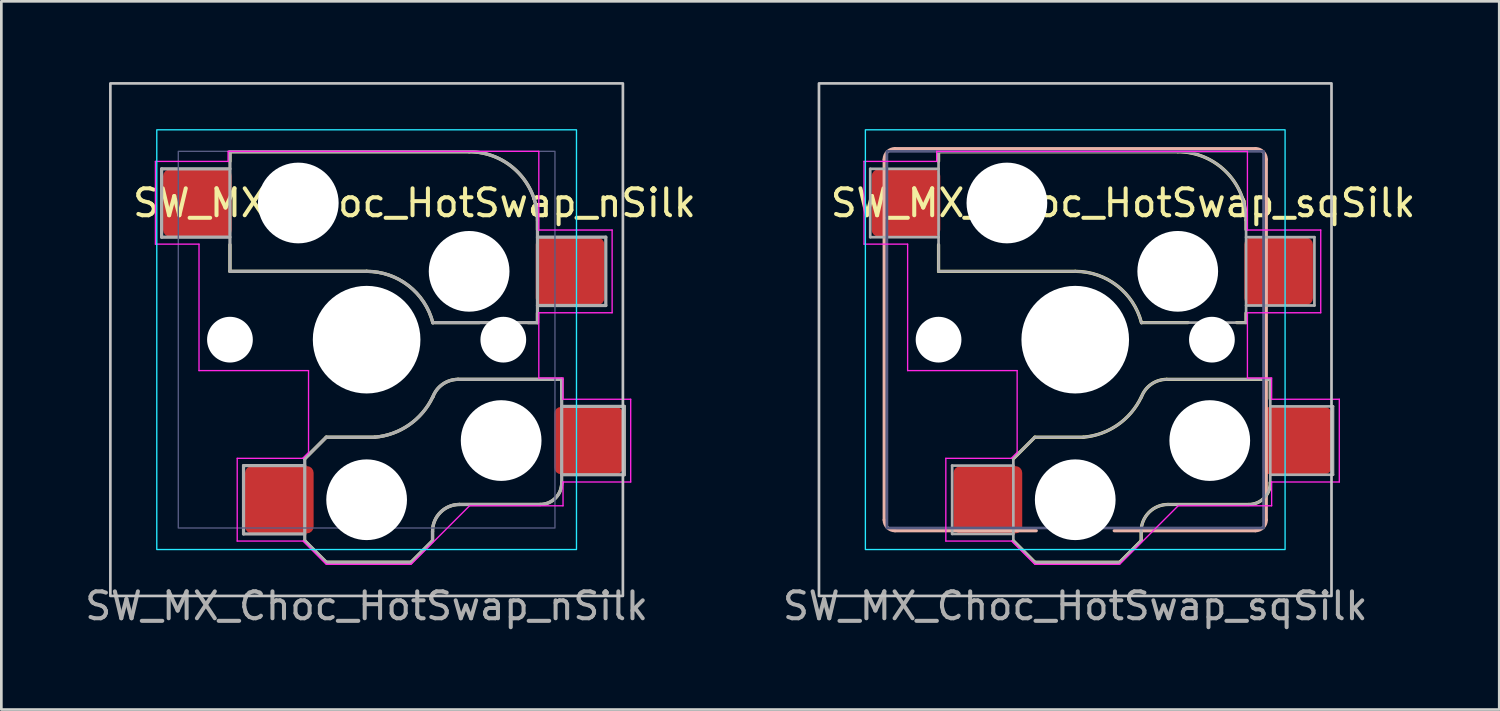
<source format=kicad_pcb>
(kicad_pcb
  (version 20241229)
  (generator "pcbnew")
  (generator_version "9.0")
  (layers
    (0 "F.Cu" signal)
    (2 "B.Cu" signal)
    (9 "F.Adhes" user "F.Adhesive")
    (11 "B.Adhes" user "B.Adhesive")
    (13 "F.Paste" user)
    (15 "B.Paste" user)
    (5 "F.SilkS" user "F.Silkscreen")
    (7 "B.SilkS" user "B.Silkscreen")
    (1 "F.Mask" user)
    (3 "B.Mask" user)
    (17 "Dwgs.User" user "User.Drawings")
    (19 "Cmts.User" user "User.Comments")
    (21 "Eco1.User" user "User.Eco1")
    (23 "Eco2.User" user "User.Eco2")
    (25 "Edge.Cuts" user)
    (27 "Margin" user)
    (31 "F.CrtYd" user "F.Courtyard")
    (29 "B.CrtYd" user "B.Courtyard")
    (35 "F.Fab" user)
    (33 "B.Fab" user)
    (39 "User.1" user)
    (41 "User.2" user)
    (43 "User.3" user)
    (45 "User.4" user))
  (footprint "SW_MX_Choc_HotSwap_nSilk"
    (layer "F.Cu")
    (at 10.577 9.575)
    (property "Reference" "SW_MX_Choc_HotSwap_nSilk" (at 1.778 -5.08 180) (layer "F.SilkS") (effects (font (size 1 1) (thickness 0.15))))
    (attr smd)
    (fp_line (start -5.08 -6.985) (end -5.08 -6.63) (stroke (width 0.12) (type solid)) (layer "F.SilkS"))
    (fp_line (start -5.08 -2.54) (end -5.08 -3.53) (stroke (width 0.12) (type default)) (layer "F.SilkS"))
    (fp_line (start -5.08 -2.54) (end 0 -2.54) (stroke (width 0.12) (type solid)) (layer "F.SilkS"))
    (fp_line (start -2.3 7.475) (end -1.5 8.275) (stroke (width 0.12) (type solid)) (layer "F.SilkS"))
    (fp_line (start -1.5 3.625) (end -2.3 4.425) (stroke (width 0.12) (type solid)) (layer "F.SilkS"))
    (fp_line (start -1.5 3.625) (end 0.3 3.625) (stroke (width 0.12) (type solid)) (layer "F.SilkS"))
    (fp_line (start -1.5 8.275) (end 1.65 8.275) (stroke (width 0.12) (type solid)) (layer "F.SilkS"))
    (fp_line (start 2.45 7.475) (end 1.65 8.275) (stroke (width 0.12) (type solid)) (layer "F.SilkS"))
    (fp_line (start 2.45 7.475) (end 2.45 7.125) (stroke (width 0.12) (type solid)) (layer "F.SilkS"))
    (fp_line (start 2.464 -0.635) (end 4.191 -0.635) (stroke (width 0.12) (type solid)) (layer "F.SilkS"))
    (fp_line (start 3.81 -6.985) (end -5.08 -6.985) (stroke (width 0.12) (type solid)) (layer "F.SilkS"))
    (fp_line (start 6 -0.635) (end 6.35 -0.635) (stroke (width 0.12) (type solid)) (layer "F.SilkS"))
    (fp_line (start 6.35 -4.445) (end 6.35 -4.09) (stroke (width 0.12) (type solid)) (layer "F.SilkS"))
    (fp_line (start 6.35 -0.99) (end 6.35 -0.635) (stroke (width 0.12) (type solid)) (layer "F.SilkS"))
    (fp_line (start 6.45 6.125) (end 3.45 6.125) (stroke (width 0.12) (type solid)) (layer "F.SilkS"))
    (fp_line (start 7.25 1.475) (end 3.396 1.475) (stroke (width 0.12) (type solid)) (layer "F.SilkS"))
    (fp_line (start 7.25 1.475) (end 7.25 2.2) (stroke (width 0.12) (type solid)) (layer "F.SilkS"))
    (fp_line (start 7.25 5.3) (end 7.25 5.325) (stroke (width 0.12) (type solid)) (layer "F.SilkS"))
    (fp_arc (start 0 -2.54) (mid 1.555901 -2.007678) (end 2.459645 -0.633836) (stroke (width 0.12) (type default)) (layer "F.SilkS"))
    (fp_arc (start 2.45 7.125) (mid 2.742893 6.417893) (end 3.45 6.125) (stroke (width 0.12) (type solid)) (layer "F.SilkS"))
    (fp_arc (start 2.455444 2.13293) (mid 1.577272 3.167235) (end 0.299999 3.624999) (stroke (width 0.12) (type solid)) (layer "F.SilkS"))
    (fp_arc (start 2.460307 2.13298) (mid 2.826423 1.655848) (end 3.4 1.475) (stroke (width 0.12) (type solid)) (layer "F.SilkS"))
    (fp_arc (start 3.81 -6.985) (mid 5.606051 -6.241051) (end 6.35 -4.445) (stroke (width 0.12) (type solid)) (layer "F.SilkS"))
    (fp_arc (start 7.25 5.325) (mid 7.015685 5.890685) (end 6.45 6.125) (stroke (width 0.12) (type solid)) (layer "F.SilkS"))
    (fp_rect (start -9.525 -9.525) (end 9.525 9.525) (stroke (width 0.1) (type default)) (fill no) (layer "Dwgs.User"))
    (fp_rect (start -7.8 -7.8) (end 7.8 7.8) (stroke (width 0.05) (type default)) (fill no) (layer "B.CrtYd"))
    (fp_line (start -7.85 -6.625) (end -5.15 -6.625) (stroke (width 0.05) (type default)) (layer "F.CrtYd"))
    (fp_line (start -7.85 -3.55) (end -7.85 -6.625) (stroke (width 0.05) (type default)) (layer "F.CrtYd"))
    (fp_line (start -6.23 -3.55) (end -7.85 -3.55) (stroke (width 0.05) (type default)) (layer "F.CrtYd"))
    (fp_line (start -6.23 1.15) (end -6.23 -3.55) (stroke (width 0.05) (type default)) (layer "F.CrtYd"))
    (fp_line (start -6.23 1.15) (end -2.159 1.15) (stroke (width 0.05) (type default)) (layer "F.CrtYd"))
    (fp_line (start -5.15 -7) (end 6.4 -7) (stroke (width 0.05) (type default)) (layer "F.CrtYd"))
    (fp_line (start -5.15 -6.625) (end -5.15 -7) (stroke (width 0.05) (type default)) (layer "F.CrtYd"))
    (fp_line (start -4.81 4.41) (end -4.81 7.485) (stroke (width 0.05) (type default)) (layer "F.CrtYd"))
    (fp_line (start -4.81 7.485) (end -2.365 7.485) (stroke (width 0.05) (type default)) (layer "F.CrtYd"))
    (fp_line (start -2.378 4.41) (end -4.81 4.41) (stroke (width 0.05) (type default)) (layer "F.CrtYd"))
    (fp_line (start -2.378 4.41) (end -2.159 4.191) (stroke (width 0.05) (type default)) (layer "F.CrtYd"))
    (fp_line (start -2.365 7.485) (end -1.5 8.35) (stroke (width 0.05) (type default)) (layer "F.CrtYd"))
    (fp_line (start -2.159 4.191) (end -2.159 1.15) (stroke (width 0.05) (type default)) (layer "F.CrtYd"))
    (fp_line (start -1.5 8.35) (end 1.65 8.35) (stroke (width 0.05) (type default)) (layer "F.CrtYd"))
    (fp_line (start 1.651 8.35) (end 3.825 6.175) (stroke (width 0.05) (type default)) (layer "F.CrtYd"))
    (fp_line (start 3.825 6.175) (end 7.3 6.175) (stroke (width 0.05) (type default)) (layer "F.CrtYd"))
    (fp_line (start 6.4 -4.075) (end 6.4 -7) (stroke (width 0.05) (type default)) (layer "F.CrtYd"))
    (fp_line (start 6.4 -1) (end 9.125 -1) (stroke (width 0.05) (type default)) (layer "F.CrtYd"))
    (fp_line (start 6.4 1.425) (end 6.4 -1) (stroke (width 0.05) (type default)) (layer "F.CrtYd"))
    (fp_line (start 7.3 1.425) (end 6.4 1.425) (stroke (width 0.05) (type default)) (layer "F.CrtYd"))
    (fp_line (start 7.3 2.215) (end 7.3 1.425) (stroke (width 0.05) (type default)) (layer "F.CrtYd"))
    (fp_line (start 7.3 5.29) (end 9.815 5.29) (stroke (width 0.05) (type default)) (layer "F.CrtYd"))
    (fp_line (start 7.3 6.175) (end 7.3 5.29) (stroke (width 0.05) (type default)) (layer "F.CrtYd"))
    (fp_line (start 9.125 -4.075) (end 6.4 -4.075) (stroke (width 0.05) (type default)) (layer "F.CrtYd"))
    (fp_line (start 9.125 -1) (end 9.125 -4.075) (stroke (width 0.05) (type default)) (layer "F.CrtYd"))
    (fp_line (start 9.815 2.215) (end 7.3 2.215) (stroke (width 0.05) (type default)) (layer "F.CrtYd"))
    (fp_line (start 9.815 5.29) (end 9.815 2.215) (stroke (width 0.05) (type default)) (layer "F.CrtYd"))
    (fp_rect (start -7 -7) (end 7 7) (stroke (width 0.05) (type default)) (fill no) (layer "B.Fab"))
    (fp_line (start -7.62 -6.35) (end -7.62 -3.81) (stroke (width 0.12) (type solid)) (layer "F.Fab"))
    (fp_line (start -7.62 -3.81) (end -5.08 -3.81) (stroke (width 0.12) (type solid)) (layer "F.Fab"))
    (fp_line (start -5.08 -6.985) (end -5.08 -2.54) (stroke (width 0.12) (type solid)) (layer "F.Fab"))
    (fp_line (start -5.08 -6.35) (end -7.62 -6.35) (stroke (width 0.12) (type solid)) (layer "F.Fab"))
    (fp_line (start -5.08 -2.54) (end 0 -2.54) (stroke (width 0.12) (type solid)) (layer "F.Fab"))
    (fp_line (start -4.575 4.68) (end -4.575 7.22) (stroke (width 0.12) (type solid)) (layer "F.Fab"))
    (fp_line (start -4.575 7.22) (end -2.3 7.22) (stroke (width 0.12) (type solid)) (layer "F.Fab"))
    (fp_line (start -2.3 4.425) (end -2.3 7.475) (stroke (width 0.12) (type default)) (layer "F.Fab"))
    (fp_line (start -2.3 4.68) (end -4.575 4.68) (stroke (width 0.12) (type solid)) (layer "F.Fab"))
    (fp_line (start -2.3 7.475) (end -1.5 8.275) (stroke (width 0.12) (type solid)) (layer "F.Fab"))
    (fp_line (start -1.5 3.625) (end -2.3 4.425) (stroke (width 0.12) (type solid)) (layer "F.Fab"))
    (fp_line (start -1.5 3.625) (end 0.3 3.625) (stroke (width 0.12) (type solid)) (layer "F.Fab"))
    (fp_line (start -1.5 8.275) (end 1.65 8.275) (stroke (width 0.12) (type solid)) (layer "F.Fab"))
    (fp_line (start 2.45 7.475) (end 1.65 8.275) (stroke (width 0.12) (type solid)) (layer "F.Fab"))
    (fp_line (start 2.45 7.475) (end 2.45 7.125) (stroke (width 0.12) (type solid)) (layer "F.Fab"))
    (fp_line (start 3.81 -6.985) (end -5.08 -6.985) (stroke (width 0.12) (type solid)) (layer "F.Fab"))
    (fp_line (start 6.35 -1.27) (end 8.89 -1.27) (stroke (width 0.12) (type solid)) (layer "F.Fab"))
    (fp_line (start 6.35 -0.635) (end 2.54 -0.635) (stroke (width 0.12) (type solid)) (layer "F.Fab"))
    (fp_line (start 6.35 -0.635) (end 6.35 -4.445) (stroke (width 0.12) (type solid)) (layer "F.Fab"))
    (fp_line (start 6.45 6.125) (end 3.45 6.125) (stroke (width 0.12) (type solid)) (layer "F.Fab"))
    (fp_line (start 7.25 1.475) (end 3.396 1.475) (stroke (width 0.12) (type solid)) (layer "F.Fab"))
    (fp_line (start 7.25 1.475) (end 7.25 5.325) (stroke (width 0.12) (type default)) (layer "F.Fab"))
    (fp_line (start 7.25 5.02) (end 9.58 5.02) (stroke (width 0.12) (type solid)) (layer "F.Fab"))
    (fp_line (start 8.89 -3.81) (end 6.35 -3.81) (stroke (width 0.12) (type solid)) (layer "F.Fab"))
    (fp_line (start 8.89 -1.27) (end 8.89 -3.81) (stroke (width 0.12) (type solid)) (layer "F.Fab"))
    (fp_line (start 9.58 2.48) (end 7.25 2.48) (stroke (width 0.12) (type solid)) (layer "F.Fab"))
    (fp_line (start 9.58 5.02) (end 9.58 2.48) (stroke (width 0.12) (type solid)) (layer "F.Fab"))
    (fp_arc (start 0 -2.54) (mid 1.563147 -2.002042) (end 2.464162 -0.61604) (stroke (width 0.12) (type solid)) (layer "F.Fab"))
    (fp_arc (start 2.45 7.125) (mid 2.742893 6.417893) (end 3.45 6.125) (stroke (width 0.12) (type solid)) (layer "F.Fab"))
    (fp_arc (start 2.455444 2.13293) (mid 1.577272 3.167235) (end 0.299999 3.624999) (stroke (width 0.12) (type solid)) (layer "F.Fab"))
    (fp_arc (start 2.460307 2.13298) (mid 2.826423 1.655848) (end 3.4 1.475) (stroke (width 0.12) (type solid)) (layer "F.Fab"))
    (fp_arc (start 3.81 -6.985) (mid 5.606051 -6.241051) (end 6.35 -4.445) (stroke (width 0.12) (type solid)) (layer "F.Fab"))
    (fp_arc (start 7.25 5.325) (mid 7.015685 5.890685) (end 6.45 6.125) (stroke (width 0.12) (type solid)) (layer "F.Fab"))
    (fp_text user "${REFERENCE}" (at 0 9.9 0) (layer "F.Fab") (effects (font (size 1 1) (thickness 0.15))))
    (pad "" np_thru_hole circle (at -5.08 0 180) (size 1.7 1.7) (drill 1.7) (layers "*.Cu" "*.Mask"))
    (pad "" np_thru_hole circle (at -2.54 -5.08) (size 3 3) (drill 3) (layers "*.Cu" "*.Mask"))
    (pad "" np_thru_hole circle (at 0 0 180) (size 4 4) (drill 4) (layers "*.Cu" "*.Mask"))
    (pad "" np_thru_hole circle (at 0 5.95) (size 3 3) (drill 3) (layers "*.Cu" "*.Mask"))
    (pad "" np_thru_hole circle (at 3.81 -2.54) (size 3 3) (drill 3) (layers "*.Cu" "*.Mask"))
    (pad "" np_thru_hole circle (at 5 3.75) (size 3 3) (drill 3) (layers "*.Cu" "*.Mask"))
    (pad "" np_thru_hole circle (at 5.08 0 180) (size 1.7 1.7) (drill 1.7) (layers "*.Cu" "*.Mask"))
    (pad "1" smd roundrect (at 7.56 -2.54) (size 2.55 2.5) (layers "F.Cu" "F.Mask" "F.Paste") (roundrect_rratio 0.1))
    (pad "1" smd roundrect (at 8.25 3.75) (size 2.55 2.5) (layers "F.Cu" "F.Mask" "F.Paste") (roundrect_rratio 0.1))
    (pad "2" smd roundrect (at -6.29 -5.08) (size 2.55 2.5) (layers "F.Cu" "F.Mask" "F.Paste") (roundrect_rratio 0.1))
    (pad "2" smd roundrect (at -3.245 5.95) (size 2.55 2.5) (layers "F.Cu" "F.Mask" "F.Paste") (roundrect_rratio 0.1)))
  (footprint "SW_MX_Choc_HotSwap_sqSilk"
    (layer "F.Cu")
    (at 36.915 9.575)
    (property "Reference" "SW_MX_Choc_HotSwap_sqSilk" (at 1.778 -5.08 180) (layer "F.SilkS") (effects (font (size 1 1) (thickness 0.15))))
    (attr smd)
    (fp_line (start -5.08 -6.985) (end -5.08 -6.63) (stroke (width 0.12) (type solid)) (layer "F.SilkS"))
    (fp_line (start -5.08 -2.54) (end -5.08 -3.53) (stroke (width 0.12) (type default)) (layer "F.SilkS"))
    (fp_line (start -5.08 -2.54) (end 0 -2.54) (stroke (width 0.12) (type solid)) (layer "F.SilkS"))
    (fp_line (start -2.3 7.475) (end -1.5 8.275) (stroke (width 0.12) (type solid)) (layer "F.SilkS"))
    (fp_line (start -1.5 3.625) (end -2.3 4.425) (stroke (width 0.12) (type solid)) (layer "F.SilkS"))
    (fp_line (start -1.5 3.625) (end 0.3 3.625) (stroke (width 0.12) (type solid)) (layer "F.SilkS"))
    (fp_line (start -1.5 8.275) (end 1.65 8.275) (stroke (width 0.12) (type solid)) (layer "F.SilkS"))
    (fp_line (start 2.45 7.475) (end 1.65 8.275) (stroke (width 0.12) (type solid)) (layer "F.SilkS"))
    (fp_line (start 2.45 7.475) (end 2.45 7.125) (stroke (width 0.12) (type solid)) (layer "F.SilkS"))
    (fp_line (start 2.464 -0.635) (end 4.191 -0.635) (stroke (width 0.12) (type solid)) (layer "F.SilkS"))
    (fp_line (start 3.81 -6.985) (end -5.08 -6.985) (stroke (width 0.12) (type solid)) (layer "F.SilkS"))
    (fp_line (start 6 -0.635) (end 6.35 -0.635) (stroke (width 0.12) (type solid)) (layer "F.SilkS"))
    (fp_line (start 6.35 -4.445) (end 6.35 -4.09) (stroke (width 0.12) (type solid)) (layer "F.SilkS"))
    (fp_line (start 6.35 -0.99) (end 6.35 -0.635) (stroke (width 0.12) (type solid)) (layer "F.SilkS"))
    (fp_line (start 6.45 6.125) (end 3.45 6.125) (stroke (width 0.12) (type solid)) (layer "F.SilkS"))
    (fp_line (start 7.25 1.475) (end 3.396 1.475) (stroke (width 0.12) (type solid)) (layer "F.SilkS"))
    (fp_line (start 7.25 1.475) (end 7.25 2.2) (stroke (width 0.12) (type solid)) (layer "F.SilkS"))
    (fp_line (start 7.25 5.3) (end 7.25 5.325) (stroke (width 0.12) (type solid)) (layer "F.SilkS"))
    (fp_arc (start 0 -2.54) (mid 1.555901 -2.007678) (end 2.459645 -0.633836) (stroke (width 0.12) (type default)) (layer "F.SilkS"))
    (fp_arc (start 2.45 7.125) (mid 2.742893 6.417893) (end 3.45 6.125) (stroke (width 0.12) (type solid)) (layer "F.SilkS"))
    (fp_arc (start 2.455444 2.13293) (mid 1.577272 3.167235) (end 0.299999 3.624999) (stroke (width 0.12) (type solid)) (layer "F.SilkS"))
    (fp_arc (start 2.460307 2.13298) (mid 2.826423 1.655848) (end 3.4 1.475) (stroke (width 0.12) (type solid)) (layer "F.SilkS"))
    (fp_arc (start 3.81 -6.985) (mid 5.606051 -6.241051) (end 6.35 -4.445) (stroke (width 0.12) (type solid)) (layer "F.SilkS"))
    (fp_arc (start 7.25 5.325) (mid 7.015685 5.890685) (end 6.45 6.125) (stroke (width 0.12) (type solid)) (layer "F.SilkS"))
    (fp_line (start -7.1 -6.7) (end -7.1 6.7) (stroke (width 0.12) (type default)) (layer "B.SilkS"))
    (fp_line (start -1.45 7.1) (end -6.7 7.1) (stroke (width 0.12) (type default)) (layer "B.SilkS"))
    (fp_line (start 1.45 7.1) (end 6.7 7.1) (stroke (width 0.12) (type default)) (layer "B.SilkS"))
    (fp_line (start 6.7 -7.1) (end -6.7 -7.1) (stroke (width 0.12) (type default)) (layer "B.SilkS"))
    (fp_line (start 7.1 6.7) (end 7.1 -6.7) (stroke (width 0.12) (type default)) (layer "B.SilkS"))
    (fp_arc (start -7.1 -6.7) (mid -6.982843 -6.982843) (end -6.7 -7.1) (stroke (width 0.12) (type default)) (layer "B.SilkS"))
    (fp_arc (start -6.7 7.1) (mid -6.982843 6.982843) (end -7.1 6.7) (stroke (width 0.12) (type default)) (layer "B.SilkS"))
    (fp_arc (start 6.7 -7.1) (mid 6.982843 -6.982843) (end 7.1 -6.7) (stroke (width 0.12) (type default)) (layer "B.SilkS"))
    (fp_arc (start 7.1 6.7) (mid 6.982843 6.982843) (end 6.7 7.1) (stroke (width 0.12) (type default)) (layer "B.SilkS"))
    (fp_rect (start -9.525 -9.525) (end 9.525 9.525) (stroke (width 0.1) (type default)) (fill no) (layer "Dwgs.User"))
    (fp_rect (start -7.8 -7.8) (end 7.8 7.8) (stroke (width 0.05) (type default)) (fill no) (layer "B.CrtYd"))
    (fp_line (start -7.85 -6.625) (end -5.15 -6.625) (stroke (width 0.05) (type default)) (layer "F.CrtYd"))
    (fp_line (start -7.85 -3.55) (end -7.85 -6.625) (stroke (width 0.05) (type default)) (layer "F.CrtYd"))
    (fp_line (start -6.23 -3.55) (end -7.85 -3.55) (stroke (width 0.05) (type default)) (layer "F.CrtYd"))
    (fp_line (start -6.23 1.15) (end -6.23 -3.55) (stroke (width 0.05) (type default)) (layer "F.CrtYd"))
    (fp_line (start -6.23 1.15) (end -2.159 1.15) (stroke (width 0.05) (type default)) (layer "F.CrtYd"))
    (fp_line (start -5.15 -7) (end 6.4 -7) (stroke (width 0.05) (type default)) (layer "F.CrtYd"))
    (fp_line (start -5.15 -6.625) (end -5.15 -7) (stroke (width 0.05) (type default)) (layer "F.CrtYd"))
    (fp_line (start -4.81 4.41) (end -4.81 7.485) (stroke (width 0.05) (type default)) (layer "F.CrtYd"))
    (fp_line (start -4.81 7.485) (end -2.365 7.485) (stroke (width 0.05) (type default)) (layer "F.CrtYd"))
    (fp_line (start -2.378 4.41) (end -4.81 4.41) (stroke (width 0.05) (type default)) (layer "F.CrtYd"))
    (fp_line (start -2.378 4.41) (end -2.159 4.191) (stroke (width 0.05) (type default)) (layer "F.CrtYd"))
    (fp_line (start -2.365 7.485) (end -1.5 8.35) (stroke (width 0.05) (type default)) (layer "F.CrtYd"))
    (fp_line (start -2.159 4.191) (end -2.159 1.15) (stroke (width 0.05) (type default)) (layer "F.CrtYd"))
    (fp_line (start -1.5 8.35) (end 1.65 8.35) (stroke (width 0.05) (type default)) (layer "F.CrtYd"))
    (fp_line (start 1.651 8.35) (end 3.825 6.175) (stroke (width 0.05) (type default)) (layer "F.CrtYd"))
    (fp_line (start 3.825 6.175) (end 7.3 6.175) (stroke (width 0.05) (type default)) (layer "F.CrtYd"))
    (fp_line (start 6.4 -4.075) (end 6.4 -7) (stroke (width 0.05) (type default)) (layer "F.CrtYd"))
    (fp_line (start 6.4 -1) (end 9.125 -1) (stroke (width 0.05) (type default)) (layer "F.CrtYd"))
    (fp_line (start 6.4 1.425) (end 6.4 -1) (stroke (width 0.05) (type default)) (layer "F.CrtYd"))
    (fp_line (start 7.3 1.425) (end 6.4 1.425) (stroke (width 0.05) (type default)) (layer "F.CrtYd"))
    (fp_line (start 7.3 2.215) (end 7.3 1.425) (stroke (width 0.05) (type default)) (layer "F.CrtYd"))
    (fp_line (start 7.3 5.29) (end 9.815 5.29) (stroke (width 0.05) (type default)) (layer "F.CrtYd"))
    (fp_line (start 7.3 6.175) (end 7.3 5.29) (stroke (width 0.05) (type default)) (layer "F.CrtYd"))
    (fp_line (start 9.125 -4.075) (end 6.4 -4.075) (stroke (width 0.05) (type default)) (layer "F.CrtYd"))
    (fp_line (start 9.125 -1) (end 9.125 -4.075) (stroke (width 0.05) (type default)) (layer "F.CrtYd"))
    (fp_line (start 9.815 2.215) (end 7.3 2.215) (stroke (width 0.05) (type default)) (layer "F.CrtYd"))
    (fp_line (start 9.815 5.29) (end 9.815 2.215) (stroke (width 0.05) (type default)) (layer "F.CrtYd"))
    (fp_rect (start -7 -7) (end 7 7) (stroke (width 0.1) (type default)) (fill no) (layer "B.Fab"))
    (fp_line (start -7.62 -6.35) (end -7.62 -3.81) (stroke (width 0.1) (type solid)) (layer "F.Fab"))
    (fp_line (start -7.62 -3.81) (end -5.08 -3.81) (stroke (width 0.1) (type solid)) (layer "F.Fab"))
    (fp_line (start -5.08 -6.985) (end -5.08 -2.54) (stroke (width 0.1) (type solid)) (layer "F.Fab"))
    (fp_line (start -5.08 -6.35) (end -7.62 -6.35) (stroke (width 0.1) (type solid)) (layer "F.Fab"))
    (fp_line (start -5.08 -2.54) (end 0 -2.54) (stroke (width 0.1) (type solid)) (layer "F.Fab"))
    (fp_line (start -4.575 4.68) (end -4.575 7.22) (stroke (width 0.1) (type solid)) (layer "F.Fab"))
    (fp_line (start -4.575 7.22) (end -2.3 7.22) (stroke (width 0.1) (type solid)) (layer "F.Fab"))
    (fp_line (start -2.3 4.425) (end -2.3 7.475) (stroke (width 0.1) (type default)) (layer "F.Fab"))
    (fp_line (start -2.3 4.68) (end -4.575 4.68) (stroke (width 0.1) (type solid)) (layer "F.Fab"))
    (fp_line (start -2.3 7.475) (end -1.5 8.275) (stroke (width 0.1) (type solid)) (layer "F.Fab"))
    (fp_line (start -1.5 3.625) (end -2.3 4.425) (stroke (width 0.1) (type solid)) (layer "F.Fab"))
    (fp_line (start -1.5 3.625) (end 0.3 3.625) (stroke (width 0.1) (type solid)) (layer "F.Fab"))
    (fp_line (start -1.5 8.275) (end 1.65 8.275) (stroke (width 0.1) (type solid)) (layer "F.Fab"))
    (fp_line (start 2.45 7.475) (end 1.65 8.275) (stroke (width 0.1) (type solid)) (layer "F.Fab"))
    (fp_line (start 2.45 7.475) (end 2.45 7.125) (stroke (width 0.1) (type solid)) (layer "F.Fab"))
    (fp_line (start 3.81 -6.985) (end -5.08 -6.985) (stroke (width 0.1) (type solid)) (layer "F.Fab"))
    (fp_line (start 6.35 -1.27) (end 8.89 -1.27) (stroke (width 0.1) (type solid)) (layer "F.Fab"))
    (fp_line (start 6.35 -0.635) (end 2.54 -0.635) (stroke (width 0.1) (type solid)) (layer "F.Fab"))
    (fp_line (start 6.35 -0.635) (end 6.35 -4.445) (stroke (width 0.1) (type solid)) (layer "F.Fab"))
    (fp_line (start 6.45 6.125) (end 3.45 6.125) (stroke (width 0.1) (type solid)) (layer "F.Fab"))
    (fp_line (start 7.25 1.475) (end 3.396 1.475) (stroke (width 0.1) (type solid)) (layer "F.Fab"))
    (fp_line (start 7.25 1.475) (end 7.25 5.325) (stroke (width 0.1) (type default)) (layer "F.Fab"))
    (fp_line (start 7.25 5.02) (end 9.58 5.02) (stroke (width 0.1) (type solid)) (layer "F.Fab"))
    (fp_line (start 8.89 -3.81) (end 6.35 -3.81) (stroke (width 0.1) (type solid)) (layer "F.Fab"))
    (fp_line (start 8.89 -1.27) (end 8.89 -3.81) (stroke (width 0.1) (type solid)) (layer "F.Fab"))
    (fp_line (start 9.58 2.48) (end 7.25 2.48) (stroke (width 0.1) (type solid)) (layer "F.Fab"))
    (fp_line (start 9.58 5.02) (end 9.58 2.48) (stroke (width 0.1) (type solid)) (layer "F.Fab"))
    (fp_arc (start 0 -2.54) (mid 1.563147 -2.002042) (end 2.464162 -0.61604) (stroke (width 0.1) (type solid)) (layer "F.Fab"))
    (fp_arc (start 2.45 7.125) (mid 2.742893 6.417893) (end 3.45 6.125) (stroke (width 0.1) (type solid)) (layer "F.Fab"))
    (fp_arc (start 2.455444 2.13293) (mid 1.577272 3.167235) (end 0.299999 3.624999) (stroke (width 0.1) (type solid)) (layer "F.Fab"))
    (fp_arc (start 2.460307 2.13298) (mid 2.826423 1.655848) (end 3.4 1.475) (stroke (width 0.1) (type solid)) (layer "F.Fab"))
    (fp_arc (start 3.81 -6.985) (mid 5.606051 -6.241051) (end 6.35 -4.445) (stroke (width 0.1) (type solid)) (layer "F.Fab"))
    (fp_arc (start 7.25 5.325) (mid 7.015685 5.890685) (end 6.45 6.125) (stroke (width 0.1) (type solid)) (layer "F.Fab"))
    (fp_text user "${REFERENCE}" (at 0 9.9 0) (layer "F.Fab") (effects (font (size 1 1) (thickness 0.15))))
    (pad "" np_thru_hole circle (at -5.08 0 180) (size 1.7 1.7) (drill 1.7) (layers "*.Cu" "*.Mask"))
    (pad "" np_thru_hole circle (at -2.54 -5.08) (size 3 3) (drill 3) (layers "*.Cu" "*.Mask"))
    (pad "" np_thru_hole circle (at 0 0 180) (size 4 4) (drill 4) (layers "*.Cu" "*.Mask"))
    (pad "" np_thru_hole circle (at 0 5.95) (size 3 3) (drill 3) (layers "*.Cu" "*.Mask"))
    (pad "" np_thru_hole circle (at 3.81 -2.54) (size 3 3) (drill 3) (layers "*.Cu" "*.Mask"))
    (pad "" np_thru_hole circle (at 5 3.75) (size 3 3) (drill 3) (layers "*.Cu" "*.Mask"))
    (pad "" np_thru_hole circle (at 5.08 0 180) (size 1.7 1.7) (drill 1.7) (layers "*.Cu" "*.Mask"))
    (pad "1" smd roundrect (at 7.56 -2.54) (size 2.55 2.5) (layers "F.Cu" "F.Mask" "F.Paste") (roundrect_rratio 0.1))
    (pad "1" smd roundrect (at 8.25 3.75) (size 2.55 2.5) (layers "F.Cu" "F.Mask" "F.Paste") (roundrect_rratio 0.1))
    (pad "2" smd roundrect (at -6.29 -5.08) (size 2.55 2.5) (layers "F.Cu" "F.Mask" "F.Paste") (roundrect_rratio 0.1))
    (pad "2" smd roundrect (at -3.245 5.95) (size 2.55 2.5) (layers "F.Cu" "F.Mask" "F.Paste") (roundrect_rratio 0.1)))
  (gr_rect
    (start -3 -3)
    (end 52.675 23.323)
    (stroke (width 0.1) (type default))
    (fill no)
    (layer "Edge.Cuts")))
</source>
